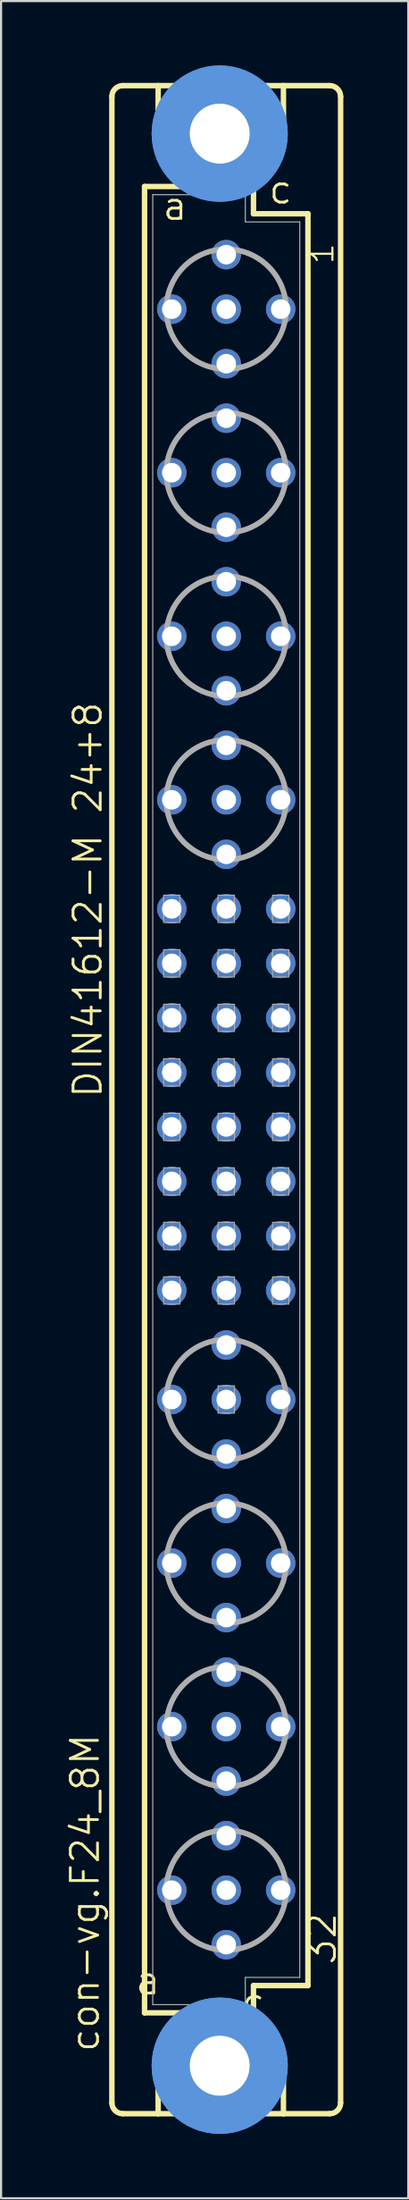
<source format=kicad_pcb>
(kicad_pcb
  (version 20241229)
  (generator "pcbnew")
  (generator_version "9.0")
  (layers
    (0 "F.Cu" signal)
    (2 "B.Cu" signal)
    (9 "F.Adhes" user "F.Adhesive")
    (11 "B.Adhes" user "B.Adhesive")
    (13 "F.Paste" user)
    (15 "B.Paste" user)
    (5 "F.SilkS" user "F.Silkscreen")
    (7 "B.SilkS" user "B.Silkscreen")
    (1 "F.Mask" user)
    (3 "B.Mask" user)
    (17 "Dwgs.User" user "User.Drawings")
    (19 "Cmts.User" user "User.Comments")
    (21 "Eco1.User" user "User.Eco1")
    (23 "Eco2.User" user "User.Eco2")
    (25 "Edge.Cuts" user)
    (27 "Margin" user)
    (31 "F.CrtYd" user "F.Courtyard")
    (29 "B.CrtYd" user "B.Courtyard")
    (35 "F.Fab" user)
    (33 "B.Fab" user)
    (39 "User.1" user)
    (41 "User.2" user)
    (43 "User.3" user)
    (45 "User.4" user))
  (footprint "con-vg.F24_8M"
    (layer "F.Cu")
    (at 7.502 48.184)
    (property "Reference" "con-vg.F24_8M" (at -5.842 44.45 90) (layer "F.SilkS") (effects (font (size 1.27 1.27) (thickness 0.13)) (justify left bottom)))
    (attr through_hole)
    (fp_line (start -5.334 46.736) (end -5.334 -46.736) (stroke (width 0.254) (type default)) (layer "F.SilkS"))
    (fp_line (start -4.826 -47.244) (end -3.175 -47.244) (stroke (width 0.254) (type default)) (layer "F.SilkS"))
    (fp_line (start -4.826 47.244) (end -3.175 47.244) (stroke (width 0.254) (type default)) (layer "F.SilkS"))
    (fp_line (start -3.81 -42.545) (end -3.81 42.545) (stroke (width 0.254) (type default)) (layer "F.SilkS"))
    (fp_line (start -3.81 42.545) (end -1.651 42.545) (stroke (width 0.254) (type default)) (layer "F.SilkS"))
    (fp_line (start -3.175 -47.244) (end -3.175 -44.45) (stroke (width 0.254) (type default)) (layer "F.SilkS"))
    (fp_line (start -3.175 47.244) (end -3.175 44.45) (stroke (width 0.254) (type default)) (layer "F.SilkS"))
    (fp_line (start -3.175 47.244) (end 2.667 47.244) (stroke (width 0.254) (type default)) (layer "F.SilkS"))
    (fp_line (start -1.651 -42.545) (end -3.81 -42.545) (stroke (width 0.254) (type default)) (layer "F.SilkS"))
    (fp_line (start -1.651 -42.545) (end -3.175 -44.45) (stroke (width 0.254) (type default)) (layer "F.SilkS"))
    (fp_line (start -1.651 42.545) (end -3.175 44.45) (stroke (width 0.254) (type default)) (layer "F.SilkS"))
    (fp_line (start -1.651 42.545) (end 1.143 42.545) (stroke (width 0.254) (type default)) (layer "F.SilkS"))
    (fp_line (start 1.143 -42.545) (end -1.651 -42.545) (stroke (width 0.254) (type default)) (layer "F.SilkS"))
    (fp_line (start 1.143 -42.545) (end 2.667 -44.45) (stroke (width 0.254) (type default)) (layer "F.SilkS"))
    (fp_line (start 1.143 42.545) (end 1.27 42.545) (stroke (width 0.254) (type default)) (layer "F.SilkS"))
    (fp_line (start 1.143 42.545) (end 2.667 44.45) (stroke (width 0.254) (type default)) (layer "F.SilkS"))
    (fp_line (start 1.27 -42.545) (end 1.143 -42.545) (stroke (width 0.254) (type default)) (layer "F.SilkS"))
    (fp_line (start 1.27 -41.275) (end 1.27 -42.545) (stroke (width 0.254) (type default)) (layer "F.SilkS"))
    (fp_line (start 1.27 41.275) (end 3.81 41.275) (stroke (width 0.254) (type default)) (layer "F.SilkS"))
    (fp_line (start 1.27 42.545) (end 1.27 41.275) (stroke (width 0.254) (type default)) (layer "F.SilkS"))
    (fp_line (start 2.667 -47.244) (end -3.175 -47.244) (stroke (width 0.254) (type default)) (layer "F.SilkS"))
    (fp_line (start 2.667 -47.244) (end 2.667 -44.45) (stroke (width 0.254) (type default)) (layer "F.SilkS"))
    (fp_line (start 2.667 47.244) (end 2.667 44.45) (stroke (width 0.254) (type default)) (layer "F.SilkS"))
    (fp_line (start 2.667 47.244) (end 4.826 47.244) (stroke (width 0.254) (type default)) (layer "F.SilkS"))
    (fp_line (start 3.81 -41.275) (end 1.27 -41.275) (stroke (width 0.254) (type default)) (layer "F.SilkS"))
    (fp_line (start 3.81 41.275) (end 3.81 -41.275) (stroke (width 0.254) (type default)) (layer "F.SilkS"))
    (fp_line (start 4.826 -47.244) (end 2.667 -47.244) (stroke (width 0.254) (type default)) (layer "F.SilkS"))
    (fp_line (start 5.334 46.736) (end 5.334 -46.736) (stroke (width 0.254) (type default)) (layer "F.SilkS"))
    (fp_arc (start -5.334 -46.736) (mid -5.18521 -47.09521) (end -4.826 -47.244) (stroke (width 0.254) (type default)) (layer "F.SilkS"))
    (fp_arc (start -4.826 47.244) (mid -5.18521 47.09521) (end -5.334 46.736) (stroke (width 0.254) (type default)) (layer "F.SilkS"))
    (fp_arc (start 4.826 -47.244) (mid 5.18521 -47.09521) (end 5.334 -46.736) (stroke (width 0.254) (type default)) (layer "F.SilkS"))
    (fp_arc (start 5.334 46.736) (mid 5.18521 47.09521) (end 4.826 47.244) (stroke (width 0.254) (type default)) (layer "F.SilkS"))
    (fp_circle (center -0.305 -45.009) (end 0.965 -45.009) (stroke (width 0.254) (type default)) (fill no) (layer "F.SilkS"))
    (fp_circle (center -0.305 45.009) (end 0.965 45.009) (stroke (width 0.254) (type default)) (fill no) (layer "F.SilkS"))
    (fp_circle (center -0.305 -45.009) (end 1.981 -45.009) (stroke (width 1.778) (type default)) (fill no) (layer "Cmts.User"))
    (fp_circle (center -0.305 -45.009) (end 1.981 -45.009) (stroke (width 1.778) (type default)) (fill no) (layer "Cmts.User"))
    (fp_circle (center -0.305 45.009) (end 1.981 45.009) (stroke (width 1.778) (type default)) (fill no) (layer "Cmts.User"))
    (fp_circle (center -0.305 45.009) (end 1.981 45.009) (stroke (width 1.778) (type default)) (fill no) (layer "Cmts.User"))
    (fp_line (start -3.429 -42.164) (end -3.429 42.164) (stroke (width 0.051) (type default)) (layer "F.Fab"))
    (fp_line (start -3.429 -42.164) (end 0.889 -42.164) (stroke (width 0.051) (type default)) (layer "F.Fab"))
    (fp_line (start -3.429 42.164) (end 0.889 42.164) (stroke (width 0.051) (type default)) (layer "F.Fab"))
    (fp_line (start 0.889 -42.164) (end 0.889 -40.894) (stroke (width 0.051) (type default)) (layer "F.Fab"))
    (fp_line (start 0.889 -40.894) (end 3.429 -40.894) (stroke (width 0.051) (type default)) (layer "F.Fab"))
    (fp_line (start 0.889 40.894) (end 3.429 40.894) (stroke (width 0.051) (type default)) (layer "F.Fab"))
    (fp_line (start 0.889 42.164) (end 0.889 40.894) (stroke (width 0.051) (type default)) (layer "F.Fab"))
    (fp_line (start 3.429 -40.894) (end 3.429 40.894) (stroke (width 0.051) (type default)) (layer "F.Fab"))
    (fp_rect (start -2.921 -8.255) (end -2.159 -9.525) (stroke (width 0.05) (type default)) (fill no) (layer "F.Fab"))
    (fp_rect (start -2.921 -5.715) (end -2.159 -6.985) (stroke (width 0.05) (type default)) (fill no) (layer "F.Fab"))
    (fp_rect (start -2.921 -3.175) (end -2.159 -4.445) (stroke (width 0.05) (type default)) (fill no) (layer "F.Fab"))
    (fp_rect (start -2.921 -0.635) (end -2.159 -1.905) (stroke (width 0.05) (type default)) (fill no) (layer "F.Fab"))
    (fp_rect (start -2.921 1.905) (end -2.159 0.635) (stroke (width 0.05) (type default)) (fill no) (layer "F.Fab"))
    (fp_rect (start -2.921 4.445) (end -2.159 3.175) (stroke (width 0.05) (type default)) (fill no) (layer "F.Fab"))
    (fp_rect (start -2.921 6.985) (end -2.159 5.715) (stroke (width 0.05) (type default)) (fill no) (layer "F.Fab"))
    (fp_rect (start -2.921 9.525) (end -2.159 8.255) (stroke (width 0.05) (type default)) (fill no) (layer "F.Fab"))
    (fp_rect (start -0.381 -8.255) (end 0.381 -9.525) (stroke (width 0.05) (type default)) (fill no) (layer "F.Fab"))
    (fp_rect (start -0.381 -5.715) (end 0.381 -6.985) (stroke (width 0.05) (type default)) (fill no) (layer "F.Fab"))
    (fp_rect (start -0.381 -3.175) (end 0.381 -4.445) (stroke (width 0.05) (type default)) (fill no) (layer "F.Fab"))
    (fp_rect (start -0.381 -0.635) (end 0.381 -1.905) (stroke (width 0.05) (type default)) (fill no) (layer "F.Fab"))
    (fp_rect (start -0.381 1.905) (end 0.381 0.635) (stroke (width 0.05) (type default)) (fill no) (layer "F.Fab"))
    (fp_rect (start -0.381 4.445) (end 0.381 3.175) (stroke (width 0.05) (type default)) (fill no) (layer "F.Fab"))
    (fp_rect (start -0.381 6.985) (end 0.381 5.715) (stroke (width 0.05) (type default)) (fill no) (layer "F.Fab"))
    (fp_rect (start -0.381 9.525) (end 0.381 8.255) (stroke (width 0.05) (type default)) (fill no) (layer "F.Fab"))
    (fp_rect (start -0.381 14.605) (end 0.381 13.335) (stroke (width 0.05) (type default)) (fill no) (layer "F.Fab"))
    (fp_rect (start 2.159 -8.255) (end 2.921 -9.525) (stroke (width 0.05) (type default)) (fill no) (layer "F.Fab"))
    (fp_rect (start 2.159 -5.715) (end 2.921 -6.985) (stroke (width 0.05) (type default)) (fill no) (layer "F.Fab"))
    (fp_rect (start 2.159 -3.175) (end 2.921 -4.445) (stroke (width 0.05) (type default)) (fill no) (layer "F.Fab"))
    (fp_rect (start 2.159 -0.635) (end 2.921 -1.905) (stroke (width 0.05) (type default)) (fill no) (layer "F.Fab"))
    (fp_rect (start 2.159 1.905) (end 2.921 0.635) (stroke (width 0.05) (type default)) (fill no) (layer "F.Fab"))
    (fp_rect (start 2.159 4.445) (end 2.921 3.175) (stroke (width 0.05) (type default)) (fill no) (layer "F.Fab"))
    (fp_rect (start 2.159 6.985) (end 2.921 5.715) (stroke (width 0.05) (type default)) (fill no) (layer "F.Fab"))
    (fp_rect (start 2.159 9.525) (end 2.921 8.255) (stroke (width 0.05) (type default)) (fill no) (layer "F.Fab"))
    (fp_circle (center 0 -36.83) (end 2.794 -36.83) (stroke (width 0.254) (type default)) (fill no) (layer "F.Fab"))
    (fp_circle (center 0 -29.21) (end 2.794 -29.21) (stroke (width 0.254) (type default)) (fill no) (layer "F.Fab"))
    (fp_circle (center 0 -21.59) (end 2.794 -21.59) (stroke (width 0.254) (type default)) (fill no) (layer "F.Fab"))
    (fp_circle (center 0 -13.97) (end 2.794 -13.97) (stroke (width 0.254) (type default)) (fill no) (layer "F.Fab"))
    (fp_circle (center 0 13.97) (end 2.794 13.97) (stroke (width 0.254) (type default)) (fill no) (layer "F.Fab"))
    (fp_circle (center 0 21.59) (end 2.794 21.59) (stroke (width 0.254) (type default)) (fill no) (layer "F.Fab"))
    (fp_circle (center 0 29.21) (end 2.794 29.21) (stroke (width 0.254) (type default)) (fill no) (layer "F.Fab"))
    (fp_circle (center 0 36.83) (end 2.794 36.83) (stroke (width 0.254) (type default)) (fill no) (layer "F.Fab"))
    (fp_text user "32" (at 5.207 40.386 90) (layer "F.SilkS") (effects (font (size 1.27 1.27) (thickness 0.13)) (justify left bottom)))
    (fp_text user "a" (at -3.048 -40.894 0) (layer "F.SilkS") (effects (font (size 1.27 1.27) (thickness 0.13)) (justify left bottom)))
    (fp_text user "c" (at 1.905 -41.656 0) (layer "F.SilkS") (effects (font (size 1.27 1.27) (thickness 0.13)) (justify left bottom)))
    (fp_text user "a " (at -4.318 41.783 0) (layer "F.SilkS") (effects (font (size 1.27 1.27) (thickness 0.13)) (justify left bottom)))
    (fp_text user "c " (at 0.635 42.799 0) (layer "F.SilkS") (effects (font (size 1.27 1.27) (thickness 0.13)) (justify left bottom)))
    (fp_text user "DIN41612-M 24+8" (at -5.715 0 90) (layer "F.SilkS") (effects (font (size 1.27 1.27) (thickness 0.13)) (justify left bottom)))
    (fp_text user "1" (at 5.08 -38.862 90) (layer "F.SilkS") (effects (font (size 1.016 1.016) (thickness 0.1)) (justify left bottom)))
    (pad "" np_thru_hole circle (at -0.305 -45.009) (size 2.794 2.794) (drill 2.794) (layers "*.Cu" "*.Mask"))
    (pad "" np_thru_hole circle (at -0.305 45.009) (size 2.794 2.794) (drill 2.794) (layers "*.Cu" "*.Mask"))
    (pad "A2" thru_hole circle (at -2.54 -36.83) (size 1.372 1.372) (drill 0.914) (layers "*.Cu" "*.Mask"))
    (pad "A5" thru_hole circle (at -2.54 -29.21) (size 1.372 1.372) (drill 0.914) (layers "*.Cu" "*.Mask"))
    (pad "A8" thru_hole circle (at -2.54 -21.59) (size 1.372 1.372) (drill 0.914) (layers "*.Cu" "*.Mask"))
    (pad "A11" thru_hole circle (at -2.54 -13.97) (size 1.372 1.372) (drill 0.914) (layers "*.Cu" "*.Mask"))
    (pad "A13" thru_hole circle (at -2.54 -8.89) (size 1.372 1.372) (drill 0.914) (layers "*.Cu" "*.Mask"))
    (pad "A14" thru_hole circle (at -2.54 -6.35) (size 1.372 1.372) (drill 0.914) (layers "*.Cu" "*.Mask"))
    (pad "A15" thru_hole circle (at -2.54 -3.81) (size 1.372 1.372) (drill 0.914) (layers "*.Cu" "*.Mask"))
    (pad "A16" thru_hole circle (at -2.54 -1.27) (size 1.372 1.372) (drill 0.914) (layers "*.Cu" "*.Mask"))
    (pad "A17" thru_hole circle (at -2.54 1.27) (size 1.372 1.372) (drill 0.914) (layers "*.Cu" "*.Mask"))
    (pad "A18" thru_hole circle (at -2.54 3.81) (size 1.372 1.372) (drill 0.914) (layers "*.Cu" "*.Mask"))
    (pad "A19" thru_hole circle (at -2.54 6.35) (size 1.372 1.372) (drill 0.914) (layers "*.Cu" "*.Mask"))
    (pad "A20" thru_hole circle (at -2.54 8.89) (size 1.372 1.372) (drill 0.914) (layers "*.Cu" "*.Mask"))
    (pad "A22" thru_hole circle (at -2.54 13.97) (size 1.372 1.372) (drill 0.914) (layers "*.Cu" "*.Mask"))
    (pad "A25" thru_hole circle (at -2.54 21.59) (size 1.372 1.372) (drill 0.914) (layers "*.Cu" "*.Mask"))
    (pad "A28" thru_hole circle (at -2.54 29.21) (size 1.372 1.372) (drill 0.914) (layers "*.Cu" "*.Mask"))
    (pad "A31" thru_hole circle (at -2.54 36.83) (size 1.372 1.372) (drill 0.914) (layers "*.Cu" "*.Mask"))
    (pad "B1" thru_hole circle (at 0 -39.37) (size 1.372 1.372) (drill 0.914) (layers "*.Cu" "*.Mask"))
    (pad "B2" thru_hole circle (at 0 -36.83) (size 1.372 1.372) (drill 0.914) (layers "*.Cu" "*.Mask"))
    (pad "B3" thru_hole circle (at 0 -34.29) (size 1.372 1.372) (drill 0.914) (layers "*.Cu" "*.Mask"))
    (pad "B4" thru_hole circle (at 0 -31.75) (size 1.372 1.372) (drill 0.914) (layers "*.Cu" "*.Mask"))
    (pad "B5" thru_hole circle (at 0 -29.21) (size 1.372 1.372) (drill 0.914) (layers "*.Cu" "*.Mask"))
    (pad "B6" thru_hole circle (at 0 -26.67) (size 1.372 1.372) (drill 0.914) (layers "*.Cu" "*.Mask"))
    (pad "B7" thru_hole circle (at 0 -24.13) (size 1.372 1.372) (drill 0.914) (layers "*.Cu" "*.Mask"))
    (pad "B8" thru_hole circle (at 0 -21.59) (size 1.372 1.372) (drill 0.914) (layers "*.Cu" "*.Mask"))
    (pad "B9" thru_hole circle (at 0 -19.05) (size 1.372 1.372) (drill 0.914) (layers "*.Cu" "*.Mask"))
    (pad "B10" thru_hole circle (at 0 -16.51) (size 1.372 1.372) (drill 0.914) (layers "*.Cu" "*.Mask"))
    (pad "B11" thru_hole circle (at 0 -13.97) (size 1.372 1.372) (drill 0.914) (layers "*.Cu" "*.Mask"))
    (pad "B12" thru_hole circle (at 0 -11.43) (size 1.372 1.372) (drill 0.914) (layers "*.Cu" "*.Mask"))
    (pad "B13" thru_hole circle (at 0 -8.89) (size 1.372 1.372) (drill 0.914) (layers "*.Cu" "*.Mask"))
    (pad "B14" thru_hole circle (at 0 -6.35) (size 1.372 1.372) (drill 0.914) (layers "*.Cu" "*.Mask"))
    (pad "B15" thru_hole circle (at 0 -3.81) (size 1.372 1.372) (drill 0.914) (layers "*.Cu" "*.Mask"))
    (pad "B16" thru_hole circle (at 0 -1.27) (size 1.372 1.372) (drill 0.914) (layers "*.Cu" "*.Mask"))
    (pad "B17" thru_hole circle (at 0 1.27) (size 1.372 1.372) (drill 0.914) (layers "*.Cu" "*.Mask"))
    (pad "B18" thru_hole circle (at 0 3.81) (size 1.372 1.372) (drill 0.914) (layers "*.Cu" "*.Mask"))
    (pad "B19" thru_hole circle (at 0 6.35) (size 1.372 1.372) (drill 0.914) (layers "*.Cu" "*.Mask"))
    (pad "B20" thru_hole circle (at 0 8.89) (size 1.372 1.372) (drill 0.914) (layers "*.Cu" "*.Mask"))
    (pad "B21" thru_hole circle (at 0 11.43) (size 1.372 1.372) (drill 0.914) (layers "*.Cu" "*.Mask"))
    (pad "B22" thru_hole circle (at 0 13.97) (size 1.372 1.372) (drill 0.914) (layers "*.Cu" "*.Mask"))
    (pad "B23" thru_hole circle (at 0 16.51) (size 1.372 1.372) (drill 0.914) (layers "*.Cu" "*.Mask"))
    (pad "B24" thru_hole circle (at 0 19.05) (size 1.372 1.372) (drill 0.914) (layers "*.Cu" "*.Mask"))
    (pad "B25" thru_hole circle (at 0 21.59) (size 1.372 1.372) (drill 0.914) (layers "*.Cu" "*.Mask"))
    (pad "B26" thru_hole circle (at 0 24.13) (size 1.372 1.372) (drill 0.914) (layers "*.Cu" "*.Mask"))
    (pad "B27" thru_hole circle (at 0 26.67) (size 1.372 1.372) (drill 0.914) (layers "*.Cu" "*.Mask"))
    (pad "B28" thru_hole circle (at 0 29.21) (size 1.372 1.372) (drill 0.914) (layers "*.Cu" "*.Mask"))
    (pad "B29" thru_hole circle (at 0 31.75) (size 1.372 1.372) (drill 0.914) (layers "*.Cu" "*.Mask"))
    (pad "B30" thru_hole circle (at 0 34.29) (size 1.372 1.372) (drill 0.914) (layers "*.Cu" "*.Mask"))
    (pad "B31" thru_hole circle (at 0 36.83) (size 1.372 1.372) (drill 0.914) (layers "*.Cu" "*.Mask"))
    (pad "B32" thru_hole circle (at 0 39.37) (size 1.372 1.372) (drill 0.914) (layers "*.Cu" "*.Mask"))
    (pad "C2" thru_hole circle (at 2.54 -36.83) (size 1.372 1.372) (drill 0.914) (layers "*.Cu" "*.Mask"))
    (pad "C5" thru_hole circle (at 2.54 -29.21) (size 1.372 1.372) (drill 0.914) (layers "*.Cu" "*.Mask"))
    (pad "C8" thru_hole circle (at 2.54 -21.59) (size 1.372 1.372) (drill 0.914) (layers "*.Cu" "*.Mask"))
    (pad "C11" thru_hole circle (at 2.54 -13.97) (size 1.372 1.372) (drill 0.914) (layers "*.Cu" "*.Mask"))
    (pad "C13" thru_hole circle (at 2.54 -8.89) (size 1.372 1.372) (drill 0.914) (layers "*.Cu" "*.Mask"))
    (pad "C14" thru_hole circle (at 2.54 -6.35) (size 1.372 1.372) (drill 0.914) (layers "*.Cu" "*.Mask"))
    (pad "C15" thru_hole circle (at 2.54 -3.81) (size 1.372 1.372) (drill 0.914) (layers "*.Cu" "*.Mask"))
    (pad "C16" thru_hole circle (at 2.54 -1.27) (size 1.372 1.372) (drill 0.914) (layers "*.Cu" "*.Mask"))
    (pad "C17" thru_hole circle (at 2.54 1.27) (size 1.372 1.372) (drill 0.914) (layers "*.Cu" "*.Mask"))
    (pad "C18" thru_hole circle (at 2.54 3.81) (size 1.372 1.372) (drill 0.914) (layers "*.Cu" "*.Mask"))
    (pad "C19" thru_hole circle (at 2.54 6.35) (size 1.372 1.372) (drill 0.914) (layers "*.Cu" "*.Mask"))
    (pad "C20" thru_hole circle (at 2.54 8.89) (size 1.372 1.372) (drill 0.914) (layers "*.Cu" "*.Mask"))
    (pad "C22" thru_hole circle (at 2.54 13.97) (size 1.372 1.372) (drill 0.914) (layers "*.Cu" "*.Mask"))
    (pad "C25" thru_hole circle (at 2.54 21.59) (size 1.372 1.372) (drill 0.914) (layers "*.Cu" "*.Mask"))
    (pad "C28" thru_hole circle (at 2.54 29.21) (size 1.372 1.372) (drill 0.914) (layers "*.Cu" "*.Mask"))
    (pad "C31" thru_hole circle (at 2.54 36.83) (size 1.372 1.372) (drill 0.914) (layers "*.Cu" "*.Mask")))
  (gr_rect
    (start -3 -3)
    (end 15.991 99.368)
    (stroke (width 0.1) (type default))
    (fill no)
    (layer "Edge.Cuts")))
</source>
